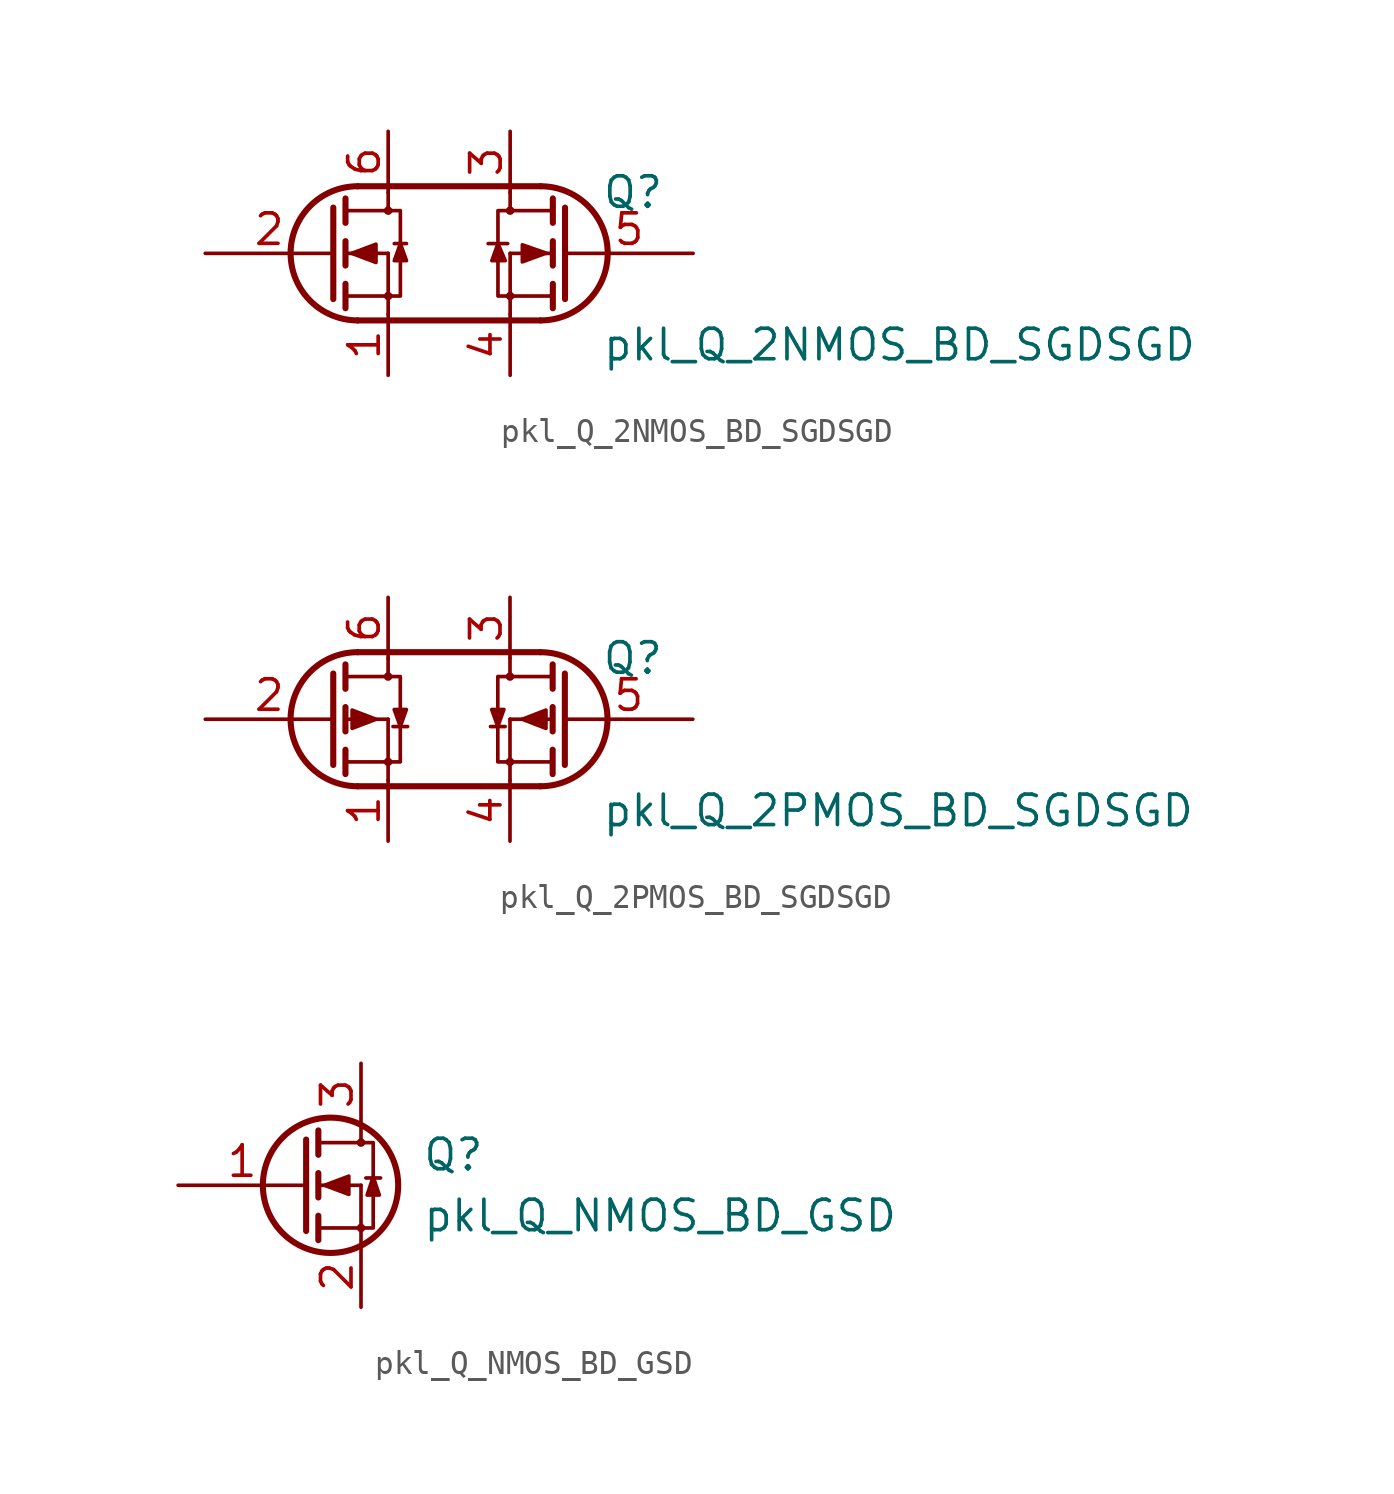
<source format=kicad_sym>
(kicad_symbol_lib
  (version 20220914)
  (generator kicad_symbol_editor)
  (symbol "pkl_Q_2NMOS_BD_SGDSGD"
    (pin_names
      (offset 0) hide)
    (property "Reference" "Q"
      (at 6.35 2.54 0)
      (effects (font (size 1.27 1.27)) (justify left)))
    (property "Value" "pkl_Q_2NMOS_BD_SGDSGD"
      (at 6.35 -3.81 0)
      (effects (font (size 1.27 1.27)) (justify left)))
    (symbol "pkl_Q_2NMOS_BD_SGDSGD_0_1"
      (arc (start -3.81 2.794) (mid -6.5919 0) (end -3.81 -2.794) (stroke (width 0.254) (type default)) (fill (type none)))
      (circle (center -2.54 -1.778) (radius 0.102) (stroke (width 0) (type default)) (fill (type none)))
      (circle (center -2.54 1.778) (radius 0.102) (stroke (width 0) (type default)) (fill (type none)))
      (polyline (pts (xy -4.318 -1.778) (xy -2.54 -1.778)) (stroke (width 0) (type default)) (fill (type none)))
      (polyline (pts (xy -4.318 -1.27) (xy -4.318 -2.286)) (stroke (width 0.254) (type default)) (fill (type none)))
      (polyline (pts (xy -4.318 0.508) (xy -4.318 -0.508)) (stroke (width 0.254) (type default)) (fill (type none)))
      (polyline (pts (xy -4.318 1.778) (xy -2.54 1.778)) (stroke (width 0) (type default)) (fill (type none)))
      (polyline (pts (xy -4.318 2.286) (xy -4.318 1.27)) (stroke (width 0.254) (type default)) (fill (type none)))
      (polyline (pts (xy -3.81 -2.794) (xy 3.81 -2.794)) (stroke (width 0.254) (type default)) (fill (type none)))
      (polyline (pts (xy -3.81 2.794) (xy 3.81 2.794)) (stroke (width 0.254) (type default)) (fill (type none)))
      (polyline (pts (xy -2.54 -1.778) (xy -2.54 -2.54)) (stroke (width 0) (type default)) (fill (type none)))
      (polyline (pts (xy -2.54 -1.778) (xy -2.54 0)) (stroke (width 0) (type default)) (fill (type none)))
      (polyline (pts (xy -2.54 2.54) (xy -2.54 1.778)) (stroke (width 0) (type default)) (fill (type none)))
      (polyline (pts (xy 2.438 0.406) (xy 1.626 0.406)) (stroke (width 0) (type default)) (fill (type none)))
      (polyline (pts (xy 2.54 -1.778) (xy 2.54 -2.54)) (stroke (width 0) (type default)) (fill (type none)))
      (polyline (pts (xy 2.54 -1.778) (xy 2.54 0)) (stroke (width 0) (type default)) (fill (type none)))
      (polyline (pts (xy 2.54 2.54) (xy 2.54 1.778)) (stroke (width 0) (type default)) (fill (type none)))
      (polyline (pts (xy 4.318 -1.778) (xy 2.54 -1.778)) (stroke (width 0) (type default)) (fill (type none)))
      (polyline (pts (xy 4.318 -1.27) (xy 4.318 -2.286)) (stroke (width 0.254) (type default)) (fill (type none)))
      (polyline (pts (xy 4.318 0) (xy 2.54 0)) (stroke (width 0) (type default)) (fill (type none)))
      (polyline (pts (xy 4.318 0.508) (xy 4.318 -0.508)) (stroke (width 0.254) (type default)) (fill (type none)))
      (polyline (pts (xy 4.318 1.778) (xy 2.54 1.778)) (stroke (width 0) (type default)) (fill (type none)))
      (polyline (pts (xy 4.318 2.286) (xy 4.318 1.27)) (stroke (width 0.254) (type default)) (fill (type none)))
      (polyline (pts (xy -4.826 1.905) (xy -4.826 -1.905) (xy -4.826 -1.905)) (stroke (width 0.254) (type default)) (fill (type none)))
      (polyline (pts (xy -4.318 0) (xy -4.064 0) (xy -2.54 0)) (stroke (width 0) (type default)) (fill (type none)))
      (polyline (pts (xy 4.826 1.905) (xy 4.826 -1.905) (xy 4.826 -1.905)) (stroke (width 0.254) (type default)) (fill (type none)))
      (polyline (pts (xy -4.064 0) (xy -3.048 0.381) (xy -3.048 -0.381) (xy -4.064 0)) (stroke (width 0) (type default)) (fill (type outline)))
      (polyline (pts (xy -2.54 -1.778) (xy -2.032 -1.778) (xy -2.032 1.778) (xy -2.54 1.778)) (stroke (width 0) (type default)) (fill (type none)))
      (polyline (pts (xy -2.032 0.406) (xy -1.778 -0.305) (xy -2.286 -0.305) (xy -2.032 0.406)) (stroke (width 0) (type default)) (fill (type outline)))
      (polyline (pts (xy 2.032 0.406) (xy 1.778 -0.305) (xy 2.337 -0.305) (xy 2.032 0.406)) (stroke (width 0) (type default)) (fill (type outline)))
      (polyline (pts (xy 4.064 0) (xy 3.048 0.356) (xy 3.048 -0.356) (xy 4.013 0)) (stroke (width 0) (type default)) (fill (type outline)))
      (polyline (pts (xy 2.54 -1.778) (xy 2.032 -1.778) (xy 2.032 0.406) (xy 2.032 1.778) (xy 2.54 1.778)) (stroke (width 0) (type default)) (fill (type none)))
      (circle (center 2.54 -1.778) (radius 0.102) (stroke (width 0) (type default)) (fill (type none)))
      (circle (center 2.54 1.778) (radius 0.102) (stroke (width 0) (type default)) (fill (type none)))
      (arc (start 3.81 -2.794) (mid 6.5919 0) (end 3.81 2.794) (stroke (width 0.254) (type default)) (fill (type none))))
    (symbol "pkl_Q_2NMOS_BD_SGDSGD_1_1"
      (polyline (pts (xy -2.286 0.406) (xy -1.778 0.406)) (stroke (width 0) (type default)) (fill (type none)))
      (pin open_emitter line (at -2.54 -5.08 90) (length 2.54) (name "S1" (effects (font (size 1.27 1.27)))) (number "1" (effects (font (size 1.27 1.27)))))
      (pin input line (at -10.16 0 0) (length 5.334) (name "G1" (effects (font (size 1.27 1.27)))) (number "2" (effects (font (size 1.27 1.27)))))
      (pin open_collector line (at 2.54 5.08 270) (length 2.54) (name "D2" (effects (font (size 1.27 1.27)))) (number "3" (effects (font (size 1.27 1.27)))))
      (pin open_emitter line (at 2.54 -5.08 90) (length 2.54) (name "S2" (effects (font (size 1.27 1.27)))) (number "4" (effects (font (size 1.27 1.27)))))
      (pin input line (at 10.16 0 180) (length 5.334) (name "G2" (effects (font (size 1.27 1.27)))) (number "5" (effects (font (size 1.27 1.27)))))
      (pin open_collector line (at -2.54 5.08 270) (length 2.54) (name "D1" (effects (font (size 1.27 1.27)))) (number "6" (effects (font (size 1.27 1.27)))))))
  (symbol "pkl_Q_2PMOS_BD_SGDSGD"
    (pin_names
      (offset 0) hide)
    (property "Reference" "Q"
      (at 6.35 2.54 0)
      (effects (font (size 1.27 1.27)) (justify left)))
    (property "Value" "pkl_Q_2PMOS_BD_SGDSGD"
      (at 6.35 -3.81 0)
      (effects (font (size 1.27 1.27)) (justify left)))
    (symbol "pkl_Q_2PMOS_BD_SGDSGD_0_1"
      (arc (start -3.81 2.794) (mid -6.5919 0) (end -3.81 -2.794) (stroke (width 0.254) (type default)) (fill (type none)))
      (circle (center -2.54 -1.778) (radius 0.102) (stroke (width 0) (type default)) (fill (type none)))
      (circle (center -2.54 1.778) (radius 0.102) (stroke (width 0) (type default)) (fill (type none)))
      (polyline (pts (xy -4.318 -1.778) (xy -2.54 -1.778)) (stroke (width 0) (type default)) (fill (type none)))
      (polyline (pts (xy -4.318 -1.27) (xy -4.318 -2.286)) (stroke (width 0.254) (type default)) (fill (type none)))
      (polyline (pts (xy -4.318 0) (xy -2.54 0)) (stroke (width 0) (type default)) (fill (type none)))
      (polyline (pts (xy -4.318 0.508) (xy -4.318 -0.508)) (stroke (width 0.254) (type default)) (fill (type none)))
      (polyline (pts (xy -4.318 1.778) (xy -2.54 1.778)) (stroke (width 0) (type default)) (fill (type none)))
      (polyline (pts (xy -4.318 2.286) (xy -4.318 1.27)) (stroke (width 0.254) (type default)) (fill (type none)))
      (polyline (pts (xy -3.81 -2.794) (xy 3.81 -2.794)) (stroke (width 0.254) (type default)) (fill (type none)))
      (polyline (pts (xy -3.81 2.794) (xy 3.81 2.794)) (stroke (width 0.254) (type default)) (fill (type none)))
      (polyline (pts (xy -2.54 -1.778) (xy -2.54 -2.54)) (stroke (width 0) (type default)) (fill (type none)))
      (polyline (pts (xy -2.54 -1.778) (xy -2.54 0)) (stroke (width 0) (type default)) (fill (type none)))
      (polyline (pts (xy -2.54 2.54) (xy -2.54 1.778)) (stroke (width 0) (type default)) (fill (type none)))
      (polyline (pts (xy -2.337 -0.305) (xy -1.727 -0.305)) (stroke (width 0) (type default)) (fill (type none)))
      (polyline (pts (xy 2.337 -0.305) (xy 1.727 -0.305)) (stroke (width 0) (type default)) (fill (type none)))
      (polyline (pts (xy 2.54 -1.778) (xy 2.54 -2.54)) (stroke (width 0) (type default)) (fill (type none)))
      (polyline (pts (xy 2.54 -1.778) (xy 2.54 0)) (stroke (width 0) (type default)) (fill (type none)))
      (polyline (pts (xy 2.54 2.54) (xy 2.54 1.778)) (stroke (width 0) (type default)) (fill (type none)))
      (polyline (pts (xy 4.318 -1.778) (xy 2.54 -1.778)) (stroke (width 0) (type default)) (fill (type none)))
      (polyline (pts (xy 4.318 -1.27) (xy 4.318 -2.286)) (stroke (width 0.254) (type default)) (fill (type none)))
      (polyline (pts (xy 4.318 0) (xy 2.54 0)) (stroke (width 0) (type default)) (fill (type none)))
      (polyline (pts (xy 4.318 0.508) (xy 4.318 -0.508)) (stroke (width 0.254) (type default)) (fill (type none)))
      (polyline (pts (xy 4.318 1.778) (xy 2.54 1.778)) (stroke (width 0) (type default)) (fill (type none)))
      (polyline (pts (xy 4.318 2.286) (xy 4.318 1.27)) (stroke (width 0.254) (type default)) (fill (type none)))
      (polyline (pts (xy -4.826 1.905) (xy -4.826 -1.905) (xy -4.826 -1.905)) (stroke (width 0.254) (type default)) (fill (type none)))
      (polyline (pts (xy 4.826 1.905) (xy 4.826 -1.905) (xy 4.826 -1.905)) (stroke (width 0.254) (type default)) (fill (type none)))
      (polyline (pts (xy -3.048 0) (xy -4.039 0.381) (xy -4.039 -0.381) (xy -3.048 0)) (stroke (width 0) (type default)) (fill (type outline)))
      (polyline (pts (xy -2.54 -1.778) (xy -2.032 -1.778) (xy -2.032 1.778) (xy -2.54 1.778)) (stroke (width 0) (type default)) (fill (type none)))
      (polyline (pts (xy -2.032 -0.305) (xy -1.778 0.406) (xy -2.286 0.406) (xy -2.032 -0.305)) (stroke (width 0) (type default)) (fill (type outline)))
      (polyline (pts (xy 2.032 -0.305) (xy 1.778 0.406) (xy 2.286 0.406) (xy 2.032 -0.305)) (stroke (width 0) (type default)) (fill (type outline)))
      (polyline (pts (xy 2.54 -1.778) (xy 2.032 -1.778) (xy 2.032 1.778) (xy 2.54 1.778)) (stroke (width 0) (type default)) (fill (type none)))
      (polyline (pts (xy 3.048 0) (xy 4.039 0.381) (xy 4.039 -0.381) (xy 3.048 0)) (stroke (width 0) (type default)) (fill (type outline)))
      (circle (center 2.54 -1.778) (radius 0.102) (stroke (width 0) (type default)) (fill (type none)))
      (circle (center 2.54 1.778) (radius 0.102) (stroke (width 0) (type default)) (fill (type none)))
      (arc (start 3.81 -2.794) (mid 6.5919 0) (end 3.81 2.794) (stroke (width 0.254) (type default)) (fill (type none))))
    (symbol "pkl_Q_2PMOS_BD_SGDSGD_1_1"
      (pin open_emitter line (at -2.54 -5.08 90) (length 2.54) (name "S1" (effects (font (size 1.27 1.27)))) (number "1" (effects (font (size 1.27 1.27)))))
      (pin input line (at -10.16 0 0) (length 5.334) (name "G1" (effects (font (size 1.27 1.27)))) (number "2" (effects (font (size 1.27 1.27)))))
      (pin open_collector line (at 2.54 5.08 270) (length 2.54) (name "D2" (effects (font (size 1.27 1.27)))) (number "3" (effects (font (size 1.27 1.27)))))
      (pin open_emitter line (at 2.54 -5.08 90) (length 2.54) (name "S2" (effects (font (size 1.27 1.27)))) (number "4" (effects (font (size 1.27 1.27)))))
      (pin input line (at 10.16 0 180) (length 5.334) (name "G2" (effects (font (size 1.27 1.27)))) (number "5" (effects (font (size 1.27 1.27)))))
      (pin open_collector line (at -2.54 5.08 270) (length 2.54) (name "D1" (effects (font (size 1.27 1.27)))) (number "6" (effects (font (size 1.27 1.27)))))))
  (symbol "pkl_Q_NMOS_BD_GSD"
    (pin_names
      (offset 0) hide)
    (property "Reference" "Q"
      (at 5.08 1.27 0)
      (effects (font (size 1.27 1.27)) (justify left)))
    (property "Value" "pkl_Q_NMOS_BD_GSD"
      (at 5.08 -1.27 0)
      (effects (font (size 1.27 1.27)) (justify left)))
    (symbol "pkl_Q_NMOS_BD_GSD_0_1"
      (polyline (pts (xy 0.762 -1.778) (xy 2.54 -1.778)) (stroke (width 0) (type default)) (fill (type none)))
      (polyline (pts (xy 0.762 -1.27) (xy 0.762 -2.286)) (stroke (width 0.254) (type default)) (fill (type none)))
      (polyline (pts (xy 0.762 0) (xy 2.54 0)) (stroke (width 0) (type default)) (fill (type none)))
      (polyline (pts (xy 0.762 0.508) (xy 0.762 -0.508)) (stroke (width 0.254) (type default)) (fill (type none)))
      (polyline (pts (xy 0.762 1.778) (xy 2.54 1.778)) (stroke (width 0) (type default)) (fill (type none)))
      (polyline (pts (xy 0.762 2.286) (xy 0.762 1.27)) (stroke (width 0.254) (type default)) (fill (type none)))
      (polyline (pts (xy 2.54 -1.778) (xy 2.54 -2.54)) (stroke (width 0) (type default)) (fill (type none)))
      (polyline (pts (xy 2.54 -1.778) (xy 2.54 0)) (stroke (width 0) (type default)) (fill (type none)))
      (polyline (pts (xy 2.54 2.54) (xy 2.54 1.778)) (stroke (width 0) (type default)) (fill (type none)))
      (polyline (pts (xy 2.743 0.305) (xy 3.353 0.305)) (stroke (width 0) (type default)) (fill (type none)))
      (polyline (pts (xy 0.254 1.905) (xy 0.254 -1.905) (xy 0.254 -1.905)) (stroke (width 0.254) (type default)) (fill (type none)))
      (polyline (pts (xy 1.016 0) (xy 2.032 0.381) (xy 2.032 -0.381) (xy 1.016 0)) (stroke (width 0) (type default)) (fill (type outline)))
      (polyline (pts (xy 2.54 -1.778) (xy 3.048 -1.778) (xy 3.048 1.778) (xy 2.54 1.778)) (stroke (width 0) (type default)) (fill (type none)))
      (polyline (pts (xy 2.794 -0.406) (xy 3.302 -0.406) (xy 3.048 0.356) (xy 2.794 -0.406)) (stroke (width 0) (type default)) (fill (type outline)))
      (circle (center 1.27 0) (radius 2.819) (stroke (width 0.254) (type default)) (fill (type none)))
      (circle (center 2.54 -1.778) (radius 0.102) (stroke (width 0) (type default)) (fill (type none)))
      (circle (center 2.54 1.778) (radius 0.102) (stroke (width 0) (type default)) (fill (type none))))
    (symbol "pkl_Q_NMOS_BD_GSD_1_1"
      (pin input line (at -5.08 0 0) (length 5.334) (name "G" (effects (font (size 1.27 1.27)))) (number "1" (effects (font (size 1.27 1.27)))))
      (pin open_emitter line (at 2.54 -5.08 90) (length 2.54) (name "S" (effects (font (size 1.27 1.27)))) (number "2" (effects (font (size 1.27 1.27)))))
      (pin open_collector line (at 2.54 5.08 270) (length 2.54) (name "D" (effects (font (size 1.27 1.27)))) (number "3" (effects (font (size 1.27 1.27))))))))
</source>
